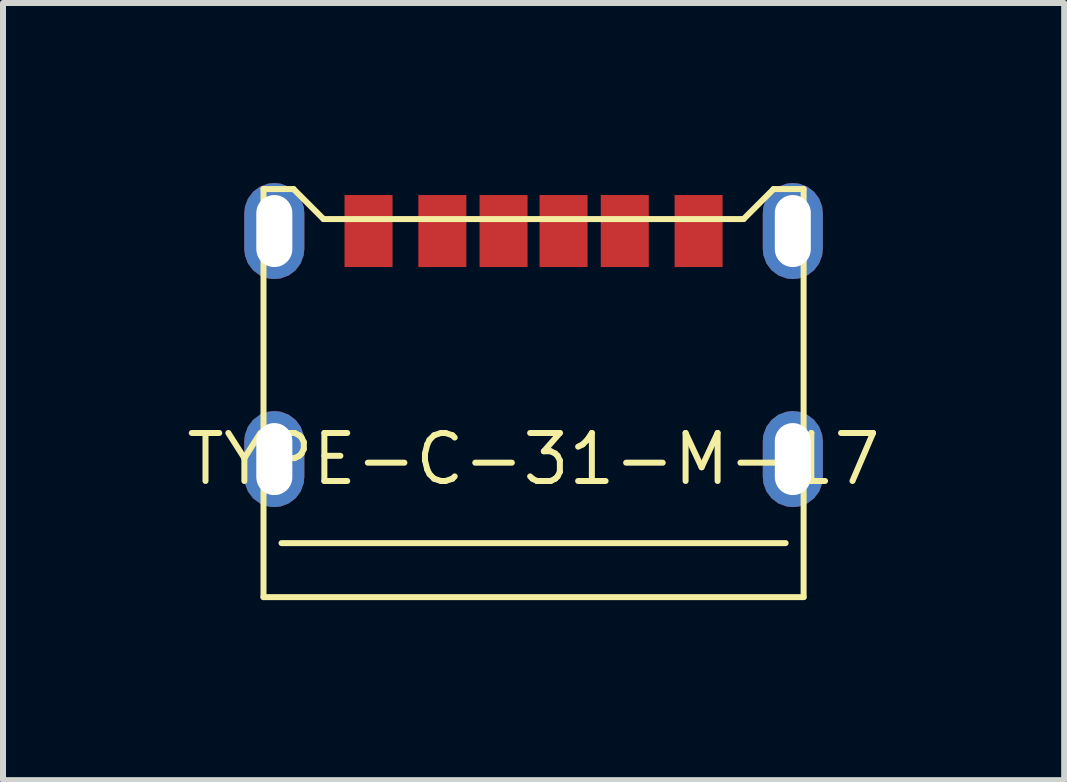
<source format=kicad_pcb>
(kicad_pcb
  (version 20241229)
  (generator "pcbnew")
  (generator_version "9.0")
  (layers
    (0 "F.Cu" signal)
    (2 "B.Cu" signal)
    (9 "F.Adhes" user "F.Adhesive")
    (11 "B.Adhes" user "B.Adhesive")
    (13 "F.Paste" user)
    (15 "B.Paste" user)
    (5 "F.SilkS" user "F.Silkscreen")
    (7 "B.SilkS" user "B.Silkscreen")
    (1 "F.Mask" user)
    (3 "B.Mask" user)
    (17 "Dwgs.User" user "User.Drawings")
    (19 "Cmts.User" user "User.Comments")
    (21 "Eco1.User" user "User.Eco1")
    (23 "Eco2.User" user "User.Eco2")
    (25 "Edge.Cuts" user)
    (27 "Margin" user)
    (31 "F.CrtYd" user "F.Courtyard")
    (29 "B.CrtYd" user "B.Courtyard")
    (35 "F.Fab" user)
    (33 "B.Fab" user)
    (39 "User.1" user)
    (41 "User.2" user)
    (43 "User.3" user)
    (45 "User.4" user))
  (footprint "TYPE-C-31-M-17"
    (layer "F.Cu")
    (at 5.841 4.6)
    (property "Reference" "TYPE-C-31-M-17" (at 0 0 0) (layer "F.SilkS") (effects (font (size 0.8 0.8) (thickness 0.1))))
    (attr smd)
    (fp_line (start -4.5 -4.5) (end -4.5 2.3) (stroke (width 0.1) (type solid)) (layer "F.SilkS"))
    (fp_line (start -4.5 -4.5) (end -4 -4.5) (stroke (width 0.1) (type solid)) (layer "F.SilkS"))
    (fp_line (start -4 -4.5) (end -3.5 -4) (stroke (width 0.1) (type solid)) (layer "F.SilkS"))
    (fp_line (start -3.5 -4) (end 3.5 -4) (stroke (width 0.1) (type solid)) (layer "F.SilkS"))
    (fp_line (start 3.5 -4) (end 4 -4.5) (stroke (width 0.1) (type solid)) (layer "F.SilkS"))
    (fp_line (start 4 -4.5) (end 4.5 -4.5) (stroke (width 0.1) (type solid)) (layer "F.SilkS"))
    (fp_line (start 4.2 1.4) (end -4.2 1.4) (stroke (width 0.1) (type solid)) (layer "F.SilkS"))
    (fp_line (start 4.5 -4.5) (end 4.5 2.3) (stroke (width 0.1) (type solid)) (layer "F.SilkS"))
    (fp_line (start 4.5 2.3) (end -4.5 2.3) (stroke (width 0.1) (type solid)) (layer "F.SilkS"))
    (pad "1" thru_hole roundrect (at -4.32 -3.8) (size 1 1.6) (drill oval 0.6 1.2) (layers "*.Cu" "*.Mask") (roundrect_rratio 0.5))
    (pad "1" thru_hole roundrect (at -4.32 0) (size 1 1.6) (drill oval 0.6 1.2) (layers "*.Cu" "*.Mask") (roundrect_rratio 0.5))
    (pad "1" thru_hole roundrect (at 4.32 -3.8) (size 1 1.6) (drill oval 0.6 1.2) (layers "*.Cu" "*.Mask") (roundrect_rratio 0.5))
    (pad "1" thru_hole roundrect (at 4.32 0) (size 1 1.6) (drill oval 0.6 1.2) (layers "*.Cu" "*.Mask") (roundrect_rratio 0.5))
    (pad "A5" smd rect (at -0.5 -3.8) (size 0.8 1.2) (layers "F.Cu" "F.Mask" "F.Paste"))
    (pad "A9" smd rect (at 1.52 -3.8) (size 0.8 1.2) (layers "F.Cu" "F.Mask" "F.Paste"))
    (pad "A12" smd rect (at 2.75 -3.8) (size 0.8 1.2) (layers "F.Cu" "F.Mask" "F.Paste"))
    (pad "B5" smd rect (at 0.5 -3.8) (size 0.8 1.2) (layers "F.Cu" "F.Mask" "F.Paste"))
    (pad "B9" smd rect (at -1.52 -3.8) (size 0.8 1.2) (layers "F.Cu" "F.Mask" "F.Paste"))
    (pad "B12" smd rect (at -2.75 -3.8) (size 0.8 1.2) (layers "F.Cu" "F.Mask" "F.Paste")))
  (gr_rect
    (start -3 -3)
    (end 14.683 9.95)
    (stroke (width 0.1) (type default))
    (fill no)
    (layer "Edge.Cuts")))
</source>
